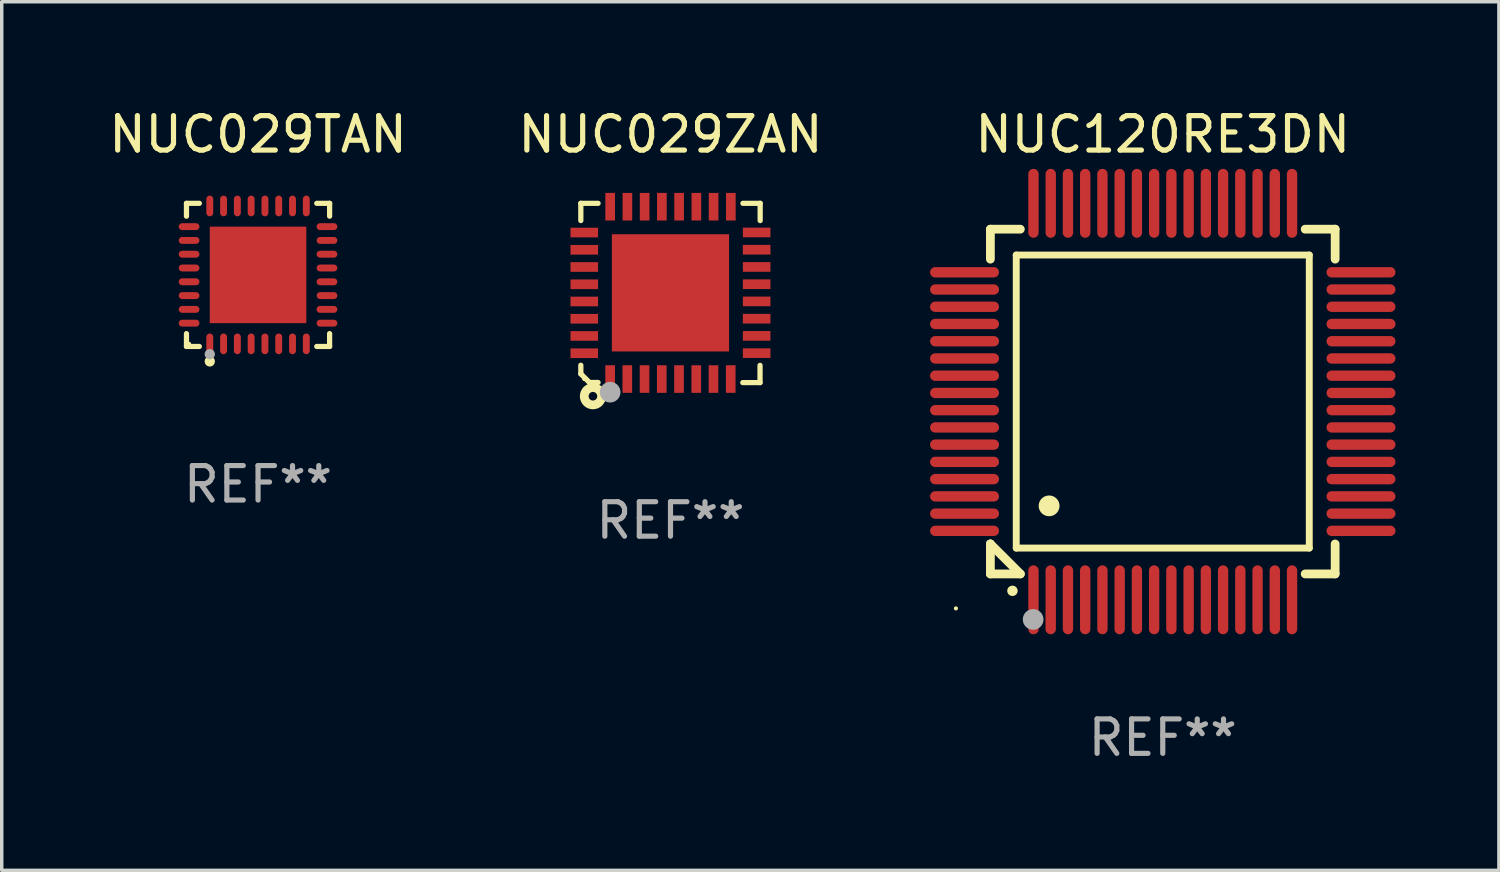
<source format=kicad_pcb>
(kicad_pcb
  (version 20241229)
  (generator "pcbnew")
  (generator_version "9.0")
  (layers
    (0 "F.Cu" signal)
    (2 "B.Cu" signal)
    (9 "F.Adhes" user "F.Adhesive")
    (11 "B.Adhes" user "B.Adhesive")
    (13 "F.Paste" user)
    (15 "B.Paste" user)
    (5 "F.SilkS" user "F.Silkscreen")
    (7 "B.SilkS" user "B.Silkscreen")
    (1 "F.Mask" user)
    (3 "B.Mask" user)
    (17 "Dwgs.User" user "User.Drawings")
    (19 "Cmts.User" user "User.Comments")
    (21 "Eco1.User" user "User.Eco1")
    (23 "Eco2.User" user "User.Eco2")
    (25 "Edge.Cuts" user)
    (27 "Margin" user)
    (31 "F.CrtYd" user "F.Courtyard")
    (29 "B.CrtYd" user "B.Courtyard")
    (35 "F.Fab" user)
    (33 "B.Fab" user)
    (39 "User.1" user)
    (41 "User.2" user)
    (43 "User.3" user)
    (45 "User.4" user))
  (footprint "NUC029TAN"
    (layer "F.Cu")
    (at 4.435 4.924)
    (property "Reference" "NUC029TAN" (at 0 -4.076 0) (layer "F.SilkS") (effects (font (size 1 1) (thickness 0.15))))
    (attr through_hole)
    (fp_line (start -2.076 -2.076) (end -1.703 -2.076) (stroke (width 0.152) (type solid)) (layer "F.SilkS"))
    (fp_line (start -2.076 -1.703) (end -2.076 -2.076) (stroke (width 0.152) (type solid)) (layer "F.SilkS"))
    (fp_line (start -2.076 1.703) (end -2.076 2.076) (stroke (width 0.152) (type solid)) (layer "F.SilkS"))
    (fp_line (start -2.076 2.076) (end -1.703 2.076) (stroke (width 0.152) (type solid)) (layer "F.SilkS"))
    (fp_line (start 2.076 -2.076) (end 1.703 -2.076) (stroke (width 0.152) (type solid)) (layer "F.SilkS"))
    (fp_line (start 2.076 -1.703) (end 2.076 -2.076) (stroke (width 0.152) (type solid)) (layer "F.SilkS"))
    (fp_line (start 2.076 1.703) (end 2.076 2.076) (stroke (width 0.152) (type solid)) (layer "F.SilkS"))
    (fp_line (start 2.076 2.076) (end 1.703 2.076) (stroke (width 0.152) (type solid)) (layer "F.SilkS"))
    (fp_circle (center -2 2) (end -1.97 2) (stroke (width 0.06) (type solid)) (fill no) (layer "F.SilkS"))
    (fp_circle (center -1.4 2.51) (end -1.325 2.51) (stroke (width 0.15) (type solid)) (fill no) (layer "F.SilkS"))
    (fp_circle (center -1.4 2.3) (end -1.325 2.3) (stroke (width 0.15) (type solid)) (fill no) (layer "F.Fab"))
    (fp_text user "REF**" (at 0 6.076 0) (layer "F.Fab") (effects (font (size 1 1) (thickness 0.15))))
    (pad "1" smd oval (at -1.4 2) (size 0.2 0.6) (layers "F.Cu" "F.Mask" "F.Paste"))
    (pad "2" smd oval (at -1 2) (size 0.2 0.6) (layers "F.Cu" "F.Mask" "F.Paste"))
    (pad "3" smd oval (at -0.6 2) (size 0.2 0.6) (layers "F.Cu" "F.Mask" "F.Paste"))
    (pad "4" smd oval (at -0.2 2) (size 0.2 0.6) (layers "F.Cu" "F.Mask" "F.Paste"))
    (pad "5" smd oval (at 0.2 2) (size 0.2 0.6) (layers "F.Cu" "F.Mask" "F.Paste"))
    (pad "6" smd oval (at 0.6 2) (size 0.2 0.6) (layers "F.Cu" "F.Mask" "F.Paste"))
    (pad "7" smd oval (at 1 2) (size 0.2 0.6) (layers "F.Cu" "F.Mask" "F.Paste"))
    (pad "8" smd oval (at 1.4 2) (size 0.2 0.6) (layers "F.Cu" "F.Mask" "F.Paste"))
    (pad "9" smd oval (at 2 1.4) (size 0.6 0.2) (layers "F.Cu" "F.Mask" "F.Paste"))
    (pad "10" smd oval (at 2 1) (size 0.6 0.2) (layers "F.Cu" "F.Mask" "F.Paste"))
    (pad "11" smd oval (at 2 0.6) (size 0.6 0.2) (layers "F.Cu" "F.Mask" "F.Paste"))
    (pad "12" smd oval (at 2 0.2) (size 0.6 0.2) (layers "F.Cu" "F.Mask" "F.Paste"))
    (pad "13" smd oval (at 2 -0.2) (size 0.6 0.2) (layers "F.Cu" "F.Mask" "F.Paste"))
    (pad "14" smd oval (at 2 -0.6) (size 0.6 0.2) (layers "F.Cu" "F.Mask" "F.Paste"))
    (pad "15" smd oval (at 2 -1) (size 0.6 0.2) (layers "F.Cu" "F.Mask" "F.Paste"))
    (pad "16" smd oval (at 2 -1.4) (size 0.6 0.2) (layers "F.Cu" "F.Mask" "F.Paste"))
    (pad "17" smd oval (at 1.4 -2) (size 0.2 0.6) (layers "F.Cu" "F.Mask" "F.Paste"))
    (pad "18" smd oval (at 1 -2) (size 0.2 0.6) (layers "F.Cu" "F.Mask" "F.Paste"))
    (pad "19" smd oval (at 0.6 -2) (size 0.2 0.6) (layers "F.Cu" "F.Mask" "F.Paste"))
    (pad "20" smd oval (at 0.2 -2) (size 0.2 0.6) (layers "F.Cu" "F.Mask" "F.Paste"))
    (pad "21" smd oval (at -0.2 -2) (size 0.2 0.6) (layers "F.Cu" "F.Mask" "F.Paste"))
    (pad "22" smd oval (at -0.6 -2) (size 0.2 0.6) (layers "F.Cu" "F.Mask" "F.Paste"))
    (pad "23" smd oval (at -1 -2) (size 0.2 0.6) (layers "F.Cu" "F.Mask" "F.Paste"))
    (pad "24" smd oval (at -1.4 -2) (size 0.2 0.6) (layers "F.Cu" "F.Mask" "F.Paste"))
    (pad "25" smd oval (at -2 -1.4) (size 0.6 0.2) (layers "F.Cu" "F.Mask" "F.Paste"))
    (pad "26" smd oval (at -2 -1) (size 0.6 0.2) (layers "F.Cu" "F.Mask" "F.Paste"))
    (pad "27" smd oval (at -2 -0.6) (size 0.6 0.2) (layers "F.Cu" "F.Mask" "F.Paste"))
    (pad "28" smd oval (at -2 -0.2) (size 0.6 0.2) (layers "F.Cu" "F.Mask" "F.Paste"))
    (pad "29" smd oval (at -2 0.2) (size 0.6 0.2) (layers "F.Cu" "F.Mask" "F.Paste"))
    (pad "30" smd oval (at -2 0.6) (size 0.6 0.2) (layers "F.Cu" "F.Mask" "F.Paste"))
    (pad "31" smd oval (at -2 1) (size 0.6 0.2) (layers "F.Cu" "F.Mask" "F.Paste"))
    (pad "32" smd oval (at -2 1.4) (size 0.6 0.2) (layers "F.Cu" "F.Mask" "F.Paste"))
    (pad "33" smd rect (at 0 0) (size 2.8 2.8) (layers "F.Cu" "F.Mask" "F.Paste")))
  (footprint "NUC120RE3DN"
    (layer "F.Cu")
    (at 30.678 8.598)
    (property "Reference" "NUC120RE3DN" (at 0 -7.75 0) (layer "F.SilkS") (effects (font (size 1 1) (thickness 0.15))))
    (attr through_hole)
    (fp_line (start -5 -5) (end -4.131 -5) (stroke (width 0.254) (type solid)) (layer "F.SilkS"))
    (fp_line (start -5 -4.131) (end -5 -5) (stroke (width 0.254) (type solid)) (layer "F.SilkS"))
    (fp_line (start -5 4.131) (end -5 4.131) (stroke (width 0.254) (type solid)) (layer "F.SilkS"))
    (fp_line (start -5 5) (end -5 4.131) (stroke (width 0.254) (type solid)) (layer "F.SilkS"))
    (fp_line (start -5 4.131) (end -4.131 5) (stroke (width 0.254) (type solid)) (layer "F.SilkS"))
    (fp_line (start -4.25 -4.25) (end -4.25 4.25) (stroke (width 0.2) (type solid)) (layer "F.SilkS"))
    (fp_line (start -4.25 4.25) (end 4.25 4.25) (stroke (width 0.2) (type solid)) (layer "F.SilkS"))
    (fp_line (start -4.131 5) (end -5 5) (stroke (width 0.254) (type solid)) (layer "F.SilkS"))
    (fp_line (start 4.25 -4.25) (end -4.25 -4.25) (stroke (width 0.2) (type solid)) (layer "F.SilkS"))
    (fp_line (start 4.25 4.25) (end 4.25 -4.25) (stroke (width 0.2) (type solid)) (layer "F.SilkS"))
    (fp_line (start 5 -5) (end 4.131 -5) (stroke (width 0.254) (type solid)) (layer "F.SilkS"))
    (fp_line (start 5 -5) (end 5 -4.131) (stroke (width 0.254) (type solid)) (layer "F.SilkS"))
    (fp_line (start 5 4.131) (end 5 5) (stroke (width 0.254) (type solid)) (layer "F.SilkS"))
    (fp_line (start 5 5) (end 4.131 5) (stroke (width 0.254) (type solid)) (layer "F.SilkS"))
    (fp_arc (start -4.361265 5.489992) (mid -4.359995 5.489987) (end -4.358725 5.489992) (stroke (width 0.3) (type solid)) (layer "F.SilkS"))
    (fp_arc (start -3.299467 3.025146) (mid -3.296927 3.025135) (end -3.294387 3.025146) (stroke (width 0.6) (type solid)) (layer "F.SilkS"))
    (fp_circle (center -6 6) (end -5.97 6) (stroke (width 0.06) (type solid)) (fill no) (layer "F.SilkS"))
    (fp_circle (center -3.76 6.32) (end -3.61 6.32) (stroke (width 0.3) (type solid)) (fill no) (layer "F.Fab"))
    (fp_text user "REF**" (at 0 9.75 0) (layer "F.Fab") (effects (font (size 1 1) (thickness 0.15))))
    (pad "1" smd oval (at -3.75 5.75) (size 0.3 2) (layers "F.Cu" "F.Mask" "F.Paste"))
    (pad "2" smd oval (at -3.25 5.75) (size 0.3 2) (layers "F.Cu" "F.Mask" "F.Paste"))
    (pad "3" smd oval (at -2.75 5.75) (size 0.3 2) (layers "F.Cu" "F.Mask" "F.Paste"))
    (pad "4" smd oval (at -2.25 5.75) (size 0.3 2) (layers "F.Cu" "F.Mask" "F.Paste"))
    (pad "5" smd oval (at -1.75 5.75) (size 0.3 2) (layers "F.Cu" "F.Mask" "F.Paste"))
    (pad "6" smd oval (at -1.25 5.75) (size 0.3 2) (layers "F.Cu" "F.Mask" "F.Paste"))
    (pad "7" smd oval (at -0.75 5.75) (size 0.3 2) (layers "F.Cu" "F.Mask" "F.Paste"))
    (pad "8" smd oval (at -0.25 5.75) (size 0.3 2) (layers "F.Cu" "F.Mask" "F.Paste"))
    (pad "9" smd oval (at 0.25 5.75) (size 0.3 2) (layers "F.Cu" "F.Mask" "F.Paste"))
    (pad "10" smd oval (at 0.75 5.75) (size 0.3 2) (layers "F.Cu" "F.Mask" "F.Paste"))
    (pad "11" smd oval (at 1.25 5.75) (size 0.3 2) (layers "F.Cu" "F.Mask" "F.Paste"))
    (pad "12" smd oval (at 1.75 5.75) (size 0.3 2) (layers "F.Cu" "F.Mask" "F.Paste"))
    (pad "13" smd oval (at 2.25 5.75) (size 0.3 2) (layers "F.Cu" "F.Mask" "F.Paste"))
    (pad "14" smd oval (at 2.75 5.75) (size 0.3 2) (layers "F.Cu" "F.Mask" "F.Paste"))
    (pad "15" smd oval (at 3.25 5.75) (size 0.3 2) (layers "F.Cu" "F.Mask" "F.Paste"))
    (pad "16" smd oval (at 3.75 5.75) (size 0.3 2) (layers "F.Cu" "F.Mask" "F.Paste"))
    (pad "17" smd oval (at 5.75 3.75) (size 2 0.3) (layers "F.Cu" "F.Mask" "F.Paste"))
    (pad "18" smd oval (at 5.75 3.25) (size 2 0.3) (layers "F.Cu" "F.Mask" "F.Paste"))
    (pad "19" smd oval (at 5.75 2.75) (size 2 0.3) (layers "F.Cu" "F.Mask" "F.Paste"))
    (pad "20" smd oval (at 5.75 2.25) (size 2 0.3) (layers "F.Cu" "F.Mask" "F.Paste"))
    (pad "21" smd oval (at 5.75 1.75) (size 2 0.3) (layers "F.Cu" "F.Mask" "F.Paste"))
    (pad "22" smd oval (at 5.75 1.25) (size 2 0.3) (layers "F.Cu" "F.Mask" "F.Paste"))
    (pad "23" smd oval (at 5.75 0.75) (size 2 0.3) (layers "F.Cu" "F.Mask" "F.Paste"))
    (pad "24" smd oval (at 5.75 0.25) (size 2 0.3) (layers "F.Cu" "F.Mask" "F.Paste"))
    (pad "25" smd oval (at 5.75 -0.25) (size 2 0.3) (layers "F.Cu" "F.Mask" "F.Paste"))
    (pad "26" smd oval (at 5.75 -0.75) (size 2 0.3) (layers "F.Cu" "F.Mask" "F.Paste"))
    (pad "27" smd oval (at 5.75 -1.25) (size 2 0.3) (layers "F.Cu" "F.Mask" "F.Paste"))
    (pad "28" smd oval (at 5.75 -1.75) (size 2 0.3) (layers "F.Cu" "F.Mask" "F.Paste"))
    (pad "29" smd oval (at 5.75 -2.25) (size 2 0.3) (layers "F.Cu" "F.Mask" "F.Paste"))
    (pad "30" smd oval (at 5.75 -2.75) (size 2 0.3) (layers "F.Cu" "F.Mask" "F.Paste"))
    (pad "31" smd oval (at 5.75 -3.25) (size 2 0.3) (layers "F.Cu" "F.Mask" "F.Paste"))
    (pad "32" smd oval (at 5.75 -3.75) (size 2 0.3) (layers "F.Cu" "F.Mask" "F.Paste"))
    (pad "33" smd oval (at 3.75 -5.75) (size 0.3 2) (layers "F.Cu" "F.Mask" "F.Paste"))
    (pad "34" smd oval (at 3.25 -5.75) (size 0.3 2) (layers "F.Cu" "F.Mask" "F.Paste"))
    (pad "35" smd oval (at 2.75 -5.75) (size 0.3 2) (layers "F.Cu" "F.Mask" "F.Paste"))
    (pad "36" smd oval (at 2.25 -5.75) (size 0.3 2) (layers "F.Cu" "F.Mask" "F.Paste"))
    (pad "37" smd oval (at 1.75 -5.75) (size 0.3 2) (layers "F.Cu" "F.Mask" "F.Paste"))
    (pad "38" smd oval (at 1.25 -5.75) (size 0.3 2) (layers "F.Cu" "F.Mask" "F.Paste"))
    (pad "39" smd oval (at 0.75 -5.75) (size 0.3 2) (layers "F.Cu" "F.Mask" "F.Paste"))
    (pad "40" smd oval (at 0.25 -5.75) (size 0.3 2) (layers "F.Cu" "F.Mask" "F.Paste"))
    (pad "41" smd oval (at -0.25 -5.75) (size 0.3 2) (layers "F.Cu" "F.Mask" "F.Paste"))
    (pad "42" smd oval (at -0.75 -5.75) (size 0.3 2) (layers "F.Cu" "F.Mask" "F.Paste"))
    (pad "43" smd oval (at -1.25 -5.75) (size 0.3 2) (layers "F.Cu" "F.Mask" "F.Paste"))
    (pad "44" smd oval (at -1.75 -5.75) (size 0.3 2) (layers "F.Cu" "F.Mask" "F.Paste"))
    (pad "45" smd oval (at -2.25 -5.75) (size 0.3 2) (layers "F.Cu" "F.Mask" "F.Paste"))
    (pad "46" smd oval (at -2.75 -5.75) (size 0.3 2) (layers "F.Cu" "F.Mask" "F.Paste"))
    (pad "47" smd oval (at -3.25 -5.75) (size 0.3 2) (layers "F.Cu" "F.Mask" "F.Paste"))
    (pad "48" smd oval (at -3.75 -5.75) (size 0.3 2) (layers "F.Cu" "F.Mask" "F.Paste"))
    (pad "49" smd oval (at -5.75 -3.75) (size 2 0.3) (layers "F.Cu" "F.Mask" "F.Paste"))
    (pad "50" smd oval (at -5.75 -3.25) (size 2 0.3) (layers "F.Cu" "F.Mask" "F.Paste"))
    (pad "51" smd oval (at -5.75 -2.75) (size 2 0.3) (layers "F.Cu" "F.Mask" "F.Paste"))
    (pad "52" smd oval (at -5.75 -2.25) (size 2 0.3) (layers "F.Cu" "F.Mask" "F.Paste"))
    (pad "53" smd oval (at -5.75 -1.75) (size 2 0.3) (layers "F.Cu" "F.Mask" "F.Paste"))
    (pad "54" smd oval (at -5.75 -1.25) (size 2 0.3) (layers "F.Cu" "F.Mask" "F.Paste"))
    (pad "55" smd oval (at -5.75 -0.75) (size 2 0.3) (layers "F.Cu" "F.Mask" "F.Paste"))
    (pad "56" smd oval (at -5.75 -0.25) (size 2 0.3) (layers "F.Cu" "F.Mask" "F.Paste"))
    (pad "57" smd oval (at -5.75 0.25) (size 2 0.3) (layers "F.Cu" "F.Mask" "F.Paste"))
    (pad "58" smd oval (at -5.75 0.75) (size 2 0.3) (layers "F.Cu" "F.Mask" "F.Paste"))
    (pad "59" smd oval (at -5.75 1.25) (size 2 0.3) (layers "F.Cu" "F.Mask" "F.Paste"))
    (pad "60" smd oval (at -5.75 1.75) (size 2 0.3) (layers "F.Cu" "F.Mask" "F.Paste"))
    (pad "61" smd oval (at -5.75 2.25) (size 2 0.3) (layers "F.Cu" "F.Mask" "F.Paste"))
    (pad "62" smd oval (at -5.75 2.75) (size 2 0.3) (layers "F.Cu" "F.Mask" "F.Paste"))
    (pad "63" smd oval (at -5.75 3.25) (size 2 0.3) (layers "F.Cu" "F.Mask" "F.Paste"))
    (pad "64" smd oval (at -5.75 3.75) (size 2 0.3) (layers "F.Cu" "F.Mask" "F.Paste")))
  (footprint "NUC029ZAN"
    (layer "F.Cu")
    (at 16.399 5.448)
    (property "Reference" "NUC029ZAN" (at 0 -4.6 0) (layer "F.SilkS") (effects (font (size 1 1) (thickness 0.15))))
    (attr through_hole)
    (fp_line (start -2.601 2.097) (end -2.601 2.347) (stroke (width 0.152) (type solid)) (layer "F.SilkS"))
    (fp_line (start -2.601 2.347) (end -2.351 2.597) (stroke (width 0.152) (type solid)) (layer "F.SilkS"))
    (fp_line (start -2.601 -2.6) (end -2.601 -2.1) (stroke (width 0.152) (type solid)) (layer "F.SilkS"))
    (fp_line (start -2.601 -2.6) (end -2.101 -2.6) (stroke (width 0.152) (type solid)) (layer "F.SilkS"))
    (fp_line (start -2.351 2.597) (end -2.101 2.597) (stroke (width 0.152) (type solid)) (layer "F.SilkS"))
    (fp_line (start 2.597 2.6) (end 2.097 2.6) (stroke (width 0.152) (type solid)) (layer "F.SilkS"))
    (fp_line (start 2.597 2.6) (end 2.597 2.1) (stroke (width 0.152) (type solid)) (layer "F.SilkS"))
    (fp_line (start 2.601 -2.6) (end 2.101 -2.6) (stroke (width 0.152) (type solid)) (layer "F.SilkS"))
    (fp_line (start 2.601 -2.6) (end 2.601 -2.1) (stroke (width 0.152) (type solid)) (layer "F.SilkS"))
    (fp_circle (center -2.501 2.497) (end -2.471 2.497) (stroke (width 0.06) (type solid)) (fill no) (layer "F.SilkS"))
    (fp_circle (center -2.25 2.995) (end -2.125 2.995) (stroke (width 0.254) (type solid)) (fill no) (layer "F.SilkS"))
    (fp_circle (center -1.751 2.878) (end -1.601 2.878) (stroke (width 0.3) (type solid)) (fill no) (layer "F.Fab"))
    (fp_text user "REF**" (at 0 6.6 0) (layer "F.Fab") (effects (font (size 1 1) (thickness 0.15))))
    (pad "1" smd rect (at -1.751 2.497) (size 0.28 0.8) (layers "F.Cu" "F.Mask" "F.Paste"))
    (pad "2" smd rect (at -1.253 2.497) (size 0.28 0.8) (layers "F.Cu" "F.Mask" "F.Paste"))
    (pad "3" smd rect (at -0.753 2.497) (size 0.28 0.8) (layers "F.Cu" "F.Mask" "F.Paste"))
    (pad "4" smd rect (at -0.253 2.497) (size 0.28 0.8) (layers "F.Cu" "F.Mask" "F.Paste"))
    (pad "5" smd rect (at 0.247 2.497) (size 0.28 0.8) (layers "F.Cu" "F.Mask" "F.Paste"))
    (pad "6" smd rect (at 0.747 2.497) (size 0.28 0.8) (layers "F.Cu" "F.Mask" "F.Paste"))
    (pad "7" smd rect (at 1.247 2.497) (size 0.28 0.8) (layers "F.Cu" "F.Mask" "F.Paste"))
    (pad "8" smd rect (at 1.747 2.497) (size 0.28 0.8) (layers "F.Cu" "F.Mask" "F.Paste"))
    (pad "9" smd rect (at 2.499 1.746) (size 0.8 0.28) (layers "F.Cu" "F.Mask" "F.Paste"))
    (pad "10" smd rect (at 2.499 1.245) (size 0.8 0.28) (layers "F.Cu" "F.Mask" "F.Paste"))
    (pad "11" smd rect (at 2.499 0.746) (size 0.8 0.28) (layers "F.Cu" "F.Mask" "F.Paste"))
    (pad "12" smd rect (at 2.499 0.245) (size 0.8 0.28) (layers "F.Cu" "F.Mask" "F.Paste"))
    (pad "13" smd rect (at 2.499 -0.254) (size 0.8 0.28) (layers "F.Cu" "F.Mask" "F.Paste"))
    (pad "14" smd rect (at 2.499 -0.755) (size 0.8 0.28) (layers "F.Cu" "F.Mask" "F.Paste"))
    (pad "15" smd rect (at 2.499 -1.254) (size 0.8 0.28) (layers "F.Cu" "F.Mask" "F.Paste"))
    (pad "16" smd rect (at 2.499 -1.755) (size 0.8 0.28) (layers "F.Cu" "F.Mask" "F.Paste"))
    (pad "17" smd rect (at 1.75 -2.502) (size 0.28 0.8) (layers "F.Cu" "F.Mask" "F.Paste"))
    (pad "18" smd rect (at 1.25 -2.502) (size 0.28 0.8) (layers "F.Cu" "F.Mask" "F.Paste"))
    (pad "19" smd rect (at 0.75 -2.502) (size 0.28 0.8) (layers "F.Cu" "F.Mask" "F.Paste"))
    (pad "20" smd rect (at 0.25 -2.502) (size 0.28 0.8) (layers "F.Cu" "F.Mask" "F.Paste"))
    (pad "21" smd rect (at -0.25 -2.502) (size 0.28 0.8) (layers "F.Cu" "F.Mask" "F.Paste"))
    (pad "22" smd rect (at -0.75 -2.502) (size 0.28 0.8) (layers "F.Cu" "F.Mask" "F.Paste"))
    (pad "23" smd rect (at -1.25 -2.502) (size 0.28 0.8) (layers "F.Cu" "F.Mask" "F.Paste"))
    (pad "24" smd rect (at -1.75 -2.502) (size 0.28 0.8) (layers "F.Cu" "F.Mask" "F.Paste"))
    (pad "25" smd rect (at -2.501 -1.753) (size 0.8 0.28) (layers "F.Cu" "F.Mask" "F.Paste"))
    (pad "26" smd rect (at -2.501 -1.252) (size 0.8 0.28) (layers "F.Cu" "F.Mask" "F.Paste"))
    (pad "27" smd rect (at -2.501 -0.753) (size 0.8 0.28) (layers "F.Cu" "F.Mask" "F.Paste"))
    (pad "28" smd rect (at -2.501 -0.252) (size 0.8 0.28) (layers "F.Cu" "F.Mask" "F.Paste"))
    (pad "29" smd rect (at -2.501 0.247) (size 0.8 0.28) (layers "F.Cu" "F.Mask" "F.Paste"))
    (pad "30" smd rect (at -2.501 0.748) (size 0.8 0.28) (layers "F.Cu" "F.Mask" "F.Paste"))
    (pad "31" smd rect (at -2.501 1.247) (size 0.8 0.28) (layers "F.Cu" "F.Mask" "F.Paste"))
    (pad "32" smd rect (at -2.501 1.748) (size 0.8 0.28) (layers "F.Cu" "F.Mask" "F.Paste"))
    (pad "33" smd rect (at -0.001 -0.003 180) (size 3.4 3.4) (layers "F.Cu" "F.Mask" "F.Paste")))
  (gr_rect
    (start -3 -3)
    (end 40.428 22.196)
    (stroke (width 0.1) (type default))
    (fill no)
    (layer "Edge.Cuts")))
</source>
